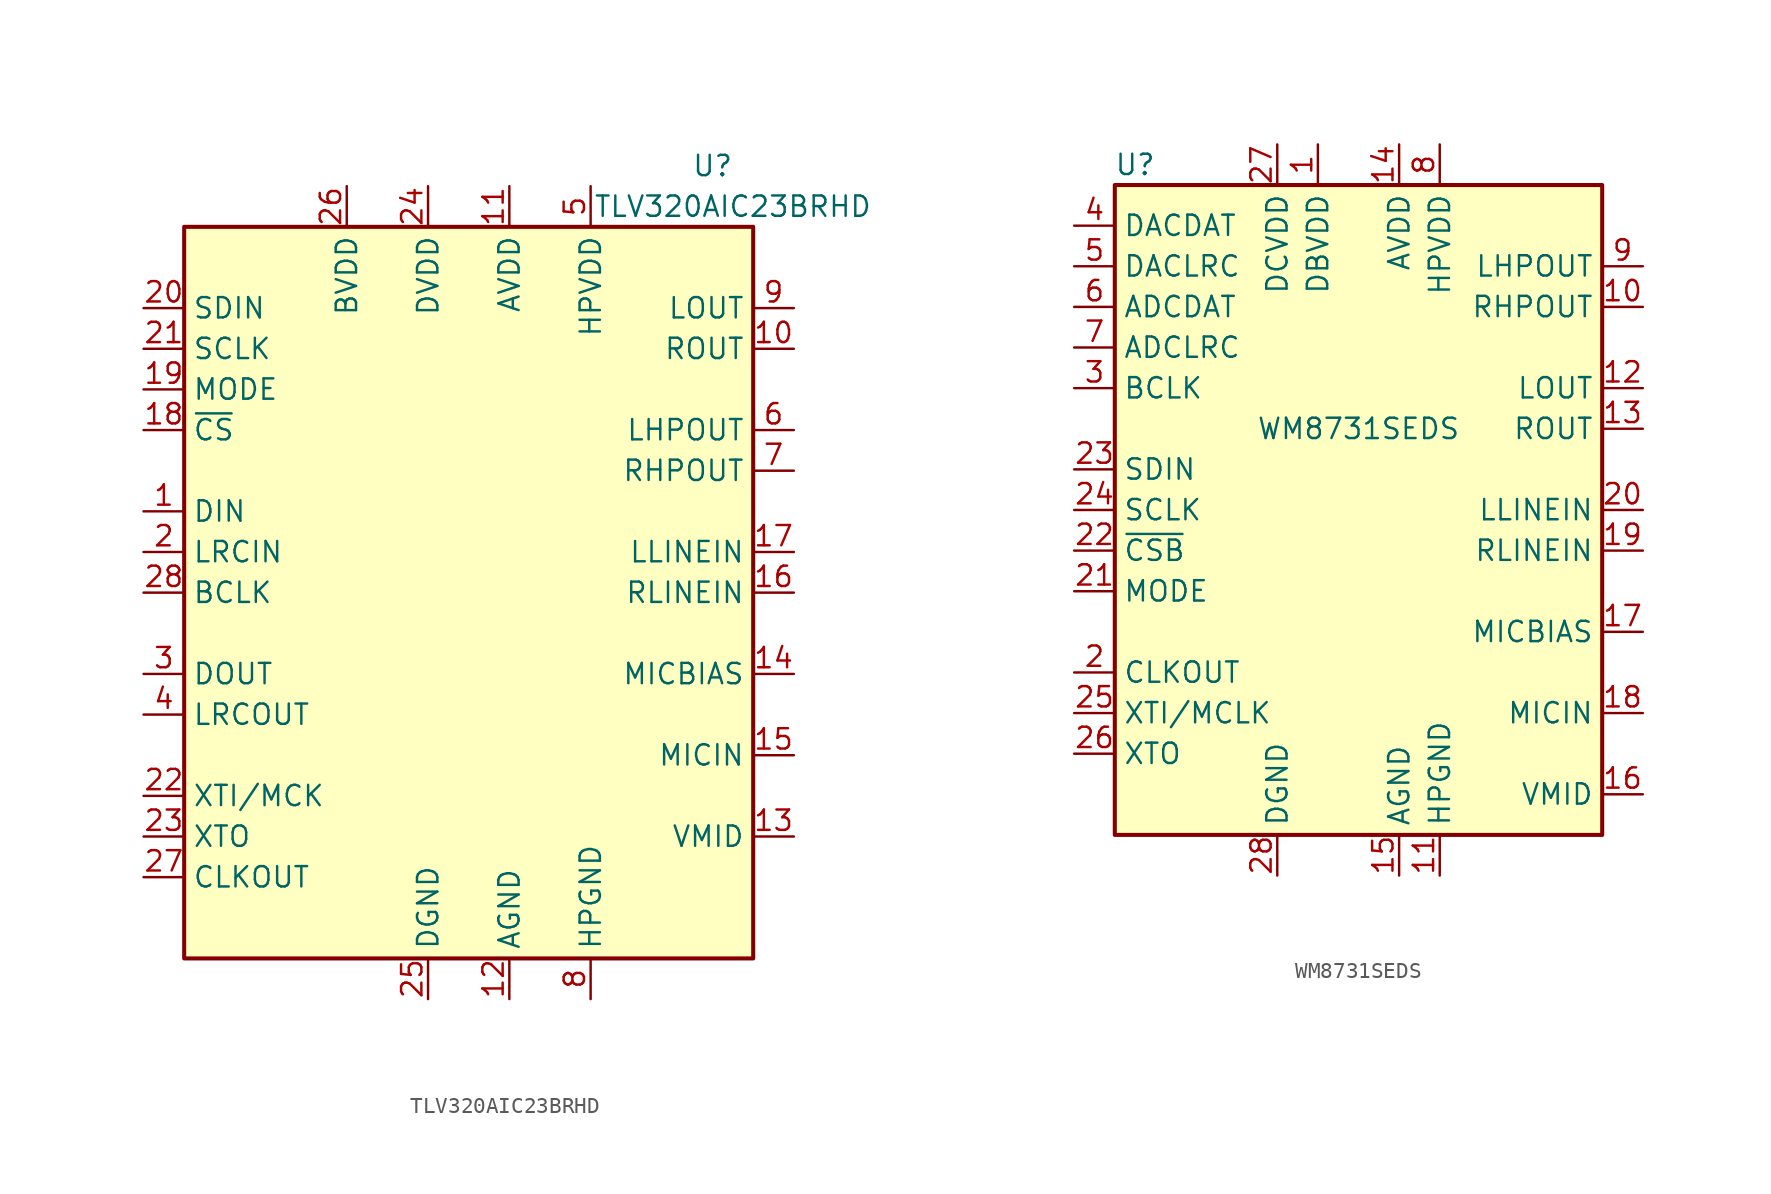
<source format=kicad_sym>
(kicad_symbol_lib
  (version 20231120)
  (generator "kicad_symbol_editor")
  (generator_version "8.0")
  (symbol "TLV320AIC23BRHD"
    (property "Reference" "U"
      (at 15.24 26.67 0)
      (effects (font (size 1.27 1.27))))
    (property "Value" "TLV320AIC23BRHD"
      (at 16.51 24.13 0)
      (effects (font (size 1.27 1.27))))
    (symbol "TLV320AIC23BRHD_0_1"
      (rectangle (start -17.78 22.86) (end 17.78 -22.86) (stroke (width 0.254) (type solid)) (fill (type background))))
    (symbol "TLV320AIC23BRHD_1_1"
      (pin input line (at -20.32 5.08 0) (length 2.54) (name "DIN" (effects (font (size 1.27 1.27)))) (number "1" (effects (font (size 1.27 1.27)))))
      (pin passive line (at 20.32 15.24 180) (length 2.54) (name "ROUT" (effects (font (size 1.27 1.27)))) (number "10" (effects (font (size 1.27 1.27)))))
      (pin power_in line (at 2.54 25.4 270) (length 2.54) (name "AVDD" (effects (font (size 1.27 1.27)))) (number "11" (effects (font (size 1.27 1.27)))))
      (pin power_in line (at 2.54 -25.4 90) (length 2.54) (name "AGND" (effects (font (size 1.27 1.27)))) (number "12" (effects (font (size 1.27 1.27)))))
      (pin passive line (at 20.32 -15.24 180) (length 2.54) (name "VMID" (effects (font (size 1.27 1.27)))) (number "13" (effects (font (size 1.27 1.27)))))
      (pin passive line (at 20.32 -5.08 180) (length 2.54) (name "MICBIAS" (effects (font (size 1.27 1.27)))) (number "14" (effects (font (size 1.27 1.27)))))
      (pin passive line (at 20.32 -10.16 180) (length 2.54) (name "MICIN" (effects (font (size 1.27 1.27)))) (number "15" (effects (font (size 1.27 1.27)))))
      (pin passive line (at 20.32 0 180) (length 2.54) (name "RLINEIN" (effects (font (size 1.27 1.27)))) (number "16" (effects (font (size 1.27 1.27)))))
      (pin passive line (at 20.32 2.54 180) (length 2.54) (name "LLINEIN" (effects (font (size 1.27 1.27)))) (number "17" (effects (font (size 1.27 1.27)))))
      (pin input line (at -20.32 10.16 0) (length 2.54) (name "~{CS}" (effects (font (size 1.27 1.27)))) (number "18" (effects (font (size 1.27 1.27)))))
      (pin input line (at -20.32 12.7 0) (length 2.54) (name "MODE" (effects (font (size 1.27 1.27)))) (number "19" (effects (font (size 1.27 1.27)))))
      (pin input line (at -20.32 2.54 0) (length 2.54) (name "LRCIN" (effects (font (size 1.27 1.27)))) (number "2" (effects (font (size 1.27 1.27)))))
      (pin input line (at -20.32 17.78 0) (length 2.54) (name "SDIN" (effects (font (size 1.27 1.27)))) (number "20" (effects (font (size 1.27 1.27)))))
      (pin input line (at -20.32 15.24 0) (length 2.54) (name "SCLK" (effects (font (size 1.27 1.27)))) (number "21" (effects (font (size 1.27 1.27)))))
      (pin passive line (at -20.32 -12.7 0) (length 2.54) (name "XTI/MCK" (effects (font (size 1.27 1.27)))) (number "22" (effects (font (size 1.27 1.27)))))
      (pin passive line (at -20.32 -15.24 0) (length 2.54) (name "XTO" (effects (font (size 1.27 1.27)))) (number "23" (effects (font (size 1.27 1.27)))))
      (pin power_in line (at -2.54 25.4 270) (length 2.54) (name "DVDD" (effects (font (size 1.27 1.27)))) (number "24" (effects (font (size 1.27 1.27)))))
      (pin power_in line (at -2.54 -25.4 90) (length 2.54) (name "DGND" (effects (font (size 1.27 1.27)))) (number "25" (effects (font (size 1.27 1.27)))))
      (pin power_in line (at -7.62 25.4 270) (length 2.54) (name "BVDD" (effects (font (size 1.27 1.27)))) (number "26" (effects (font (size 1.27 1.27)))))
      (pin output line (at -20.32 -17.78 0) (length 2.54) (name "CLKOUT" (effects (font (size 1.27 1.27)))) (number "27" (effects (font (size 1.27 1.27)))))
      (pin bidirectional line (at -20.32 0 0) (length 2.54) (name "BCLK" (effects (font (size 1.27 1.27)))) (number "28" (effects (font (size 1.27 1.27)))))
      (pin passive line (at 2.54 -25.4 90) (length 2.54) hide (name "AGND" (effects (font (size 1.27 1.27)))) (number "29" (effects (font (size 1.27 1.27)))))
      (pin output line (at -20.32 -5.08 0) (length 2.54) (name "DOUT" (effects (font (size 1.27 1.27)))) (number "3" (effects (font (size 1.27 1.27)))))
      (pin output line (at -20.32 -7.62 0) (length 2.54) (name "LRCOUT" (effects (font (size 1.27 1.27)))) (number "4" (effects (font (size 1.27 1.27)))))
      (pin power_in line (at 7.62 25.4 270) (length 2.54) (name "HPVDD" (effects (font (size 1.27 1.27)))) (number "5" (effects (font (size 1.27 1.27)))))
      (pin passive line (at 20.32 10.16 180) (length 2.54) (name "LHPOUT" (effects (font (size 1.27 1.27)))) (number "6" (effects (font (size 1.27 1.27)))))
      (pin passive line (at 20.32 7.62 180) (length 2.54) (name "RHPOUT" (effects (font (size 1.27 1.27)))) (number "7" (effects (font (size 1.27 1.27)))))
      (pin power_in line (at 7.62 -25.4 90) (length 2.54) (name "HPGND" (effects (font (size 1.27 1.27)))) (number "8" (effects (font (size 1.27 1.27)))))
      (pin passive line (at 20.32 17.78 180) (length 2.54) (name "LOUT" (effects (font (size 1.27 1.27)))) (number "9" (effects (font (size 1.27 1.27)))))))
  (symbol "WM8731SEDS"
    (property "Reference" "U"
      (at -13.97 21.59 0)
      (effects (font (size 1.27 1.27))))
    (property "Value" "WM8731SEDS"
      (at 0 5.08 0)
      (effects (font (size 1.27 1.27))))
    (symbol "WM8731SEDS_0_1"
      (rectangle (start -15.24 20.32) (end 15.24 -20.32) (stroke (width 0.254) (type solid)) (fill (type background))))
    (symbol "WM8731SEDS_1_1"
      (pin power_in line (at -2.54 22.86 270) (length 2.54) (name "DBVDD" (effects (font (size 1.27 1.27)))) (number "1" (effects (font (size 1.27 1.27)))))
      (pin output line (at 17.78 12.7 180) (length 2.54) (name "RHPOUT" (effects (font (size 1.27 1.27)))) (number "10" (effects (font (size 1.27 1.27)))))
      (pin power_in line (at 5.08 -22.86 90) (length 2.54) (name "HPGND" (effects (font (size 1.27 1.27)))) (number "11" (effects (font (size 1.27 1.27)))))
      (pin output line (at 17.78 7.62 180) (length 2.54) (name "LOUT" (effects (font (size 1.27 1.27)))) (number "12" (effects (font (size 1.27 1.27)))))
      (pin output line (at 17.78 5.08 180) (length 2.54) (name "ROUT" (effects (font (size 1.27 1.27)))) (number "13" (effects (font (size 1.27 1.27)))))
      (pin power_in line (at 2.54 22.86 270) (length 2.54) (name "AVDD" (effects (font (size 1.27 1.27)))) (number "14" (effects (font (size 1.27 1.27)))))
      (pin power_in line (at 2.54 -22.86 90) (length 2.54) (name "AGND" (effects (font (size 1.27 1.27)))) (number "15" (effects (font (size 1.27 1.27)))))
      (pin passive line (at 17.78 -17.78 180) (length 2.54) (name "VMID" (effects (font (size 1.27 1.27)))) (number "16" (effects (font (size 1.27 1.27)))))
      (pin output line (at 17.78 -7.62 180) (length 2.54) (name "MICBIAS" (effects (font (size 1.27 1.27)))) (number "17" (effects (font (size 1.27 1.27)))))
      (pin input line (at 17.78 -12.7 180) (length 2.54) (name "MICIN" (effects (font (size 1.27 1.27)))) (number "18" (effects (font (size 1.27 1.27)))))
      (pin input line (at 17.78 -2.54 180) (length 2.54) (name "RLINEIN" (effects (font (size 1.27 1.27)))) (number "19" (effects (font (size 1.27 1.27)))))
      (pin output line (at -17.78 -10.16 0) (length 2.54) (name "CLKOUT" (effects (font (size 1.27 1.27)))) (number "2" (effects (font (size 1.27 1.27)))))
      (pin input line (at 17.78 0 180) (length 2.54) (name "LLINEIN" (effects (font (size 1.27 1.27)))) (number "20" (effects (font (size 1.27 1.27)))))
      (pin input line (at -17.78 -5.08 0) (length 2.54) (name "MODE" (effects (font (size 1.27 1.27)))) (number "21" (effects (font (size 1.27 1.27)))))
      (pin input line (at -17.78 -2.54 0) (length 2.54) (name "~{CSB}" (effects (font (size 1.27 1.27)))) (number "22" (effects (font (size 1.27 1.27)))))
      (pin bidirectional line (at -17.78 2.54 0) (length 2.54) (name "SDIN" (effects (font (size 1.27 1.27)))) (number "23" (effects (font (size 1.27 1.27)))))
      (pin input line (at -17.78 0 0) (length 2.54) (name "SCLK" (effects (font (size 1.27 1.27)))) (number "24" (effects (font (size 1.27 1.27)))))
      (pin input line (at -17.78 -12.7 0) (length 2.54) (name "XTI/MCLK" (effects (font (size 1.27 1.27)))) (number "25" (effects (font (size 1.27 1.27)))))
      (pin output line (at -17.78 -15.24 0) (length 2.54) (name "XTO" (effects (font (size 1.27 1.27)))) (number "26" (effects (font (size 1.27 1.27)))))
      (pin power_in line (at -5.08 22.86 270) (length 2.54) (name "DCVDD" (effects (font (size 1.27 1.27)))) (number "27" (effects (font (size 1.27 1.27)))))
      (pin power_in line (at -5.08 -22.86 90) (length 2.54) (name "DGND" (effects (font (size 1.27 1.27)))) (number "28" (effects (font (size 1.27 1.27)))))
      (pin bidirectional line (at -17.78 7.62 0) (length 2.54) (name "BCLK" (effects (font (size 1.27 1.27)))) (number "3" (effects (font (size 1.27 1.27)))))
      (pin input line (at -17.78 17.78 0) (length 2.54) (name "DACDAT" (effects (font (size 1.27 1.27)))) (number "4" (effects (font (size 1.27 1.27)))))
      (pin bidirectional line (at -17.78 15.24 0) (length 2.54) (name "DACLRC" (effects (font (size 1.27 1.27)))) (number "5" (effects (font (size 1.27 1.27)))))
      (pin output line (at -17.78 12.7 0) (length 2.54) (name "ADCDAT" (effects (font (size 1.27 1.27)))) (number "6" (effects (font (size 1.27 1.27)))))
      (pin bidirectional line (at -17.78 10.16 0) (length 2.54) (name "ADCLRC" (effects (font (size 1.27 1.27)))) (number "7" (effects (font (size 1.27 1.27)))))
      (pin power_in line (at 5.08 22.86 270) (length 2.54) (name "HPVDD" (effects (font (size 1.27 1.27)))) (number "8" (effects (font (size 1.27 1.27)))))
      (pin output line (at 17.78 15.24 180) (length 2.54) (name "LHPOUT" (effects (font (size 1.27 1.27)))) (number "9" (effects (font (size 1.27 1.27))))))))
</source>
